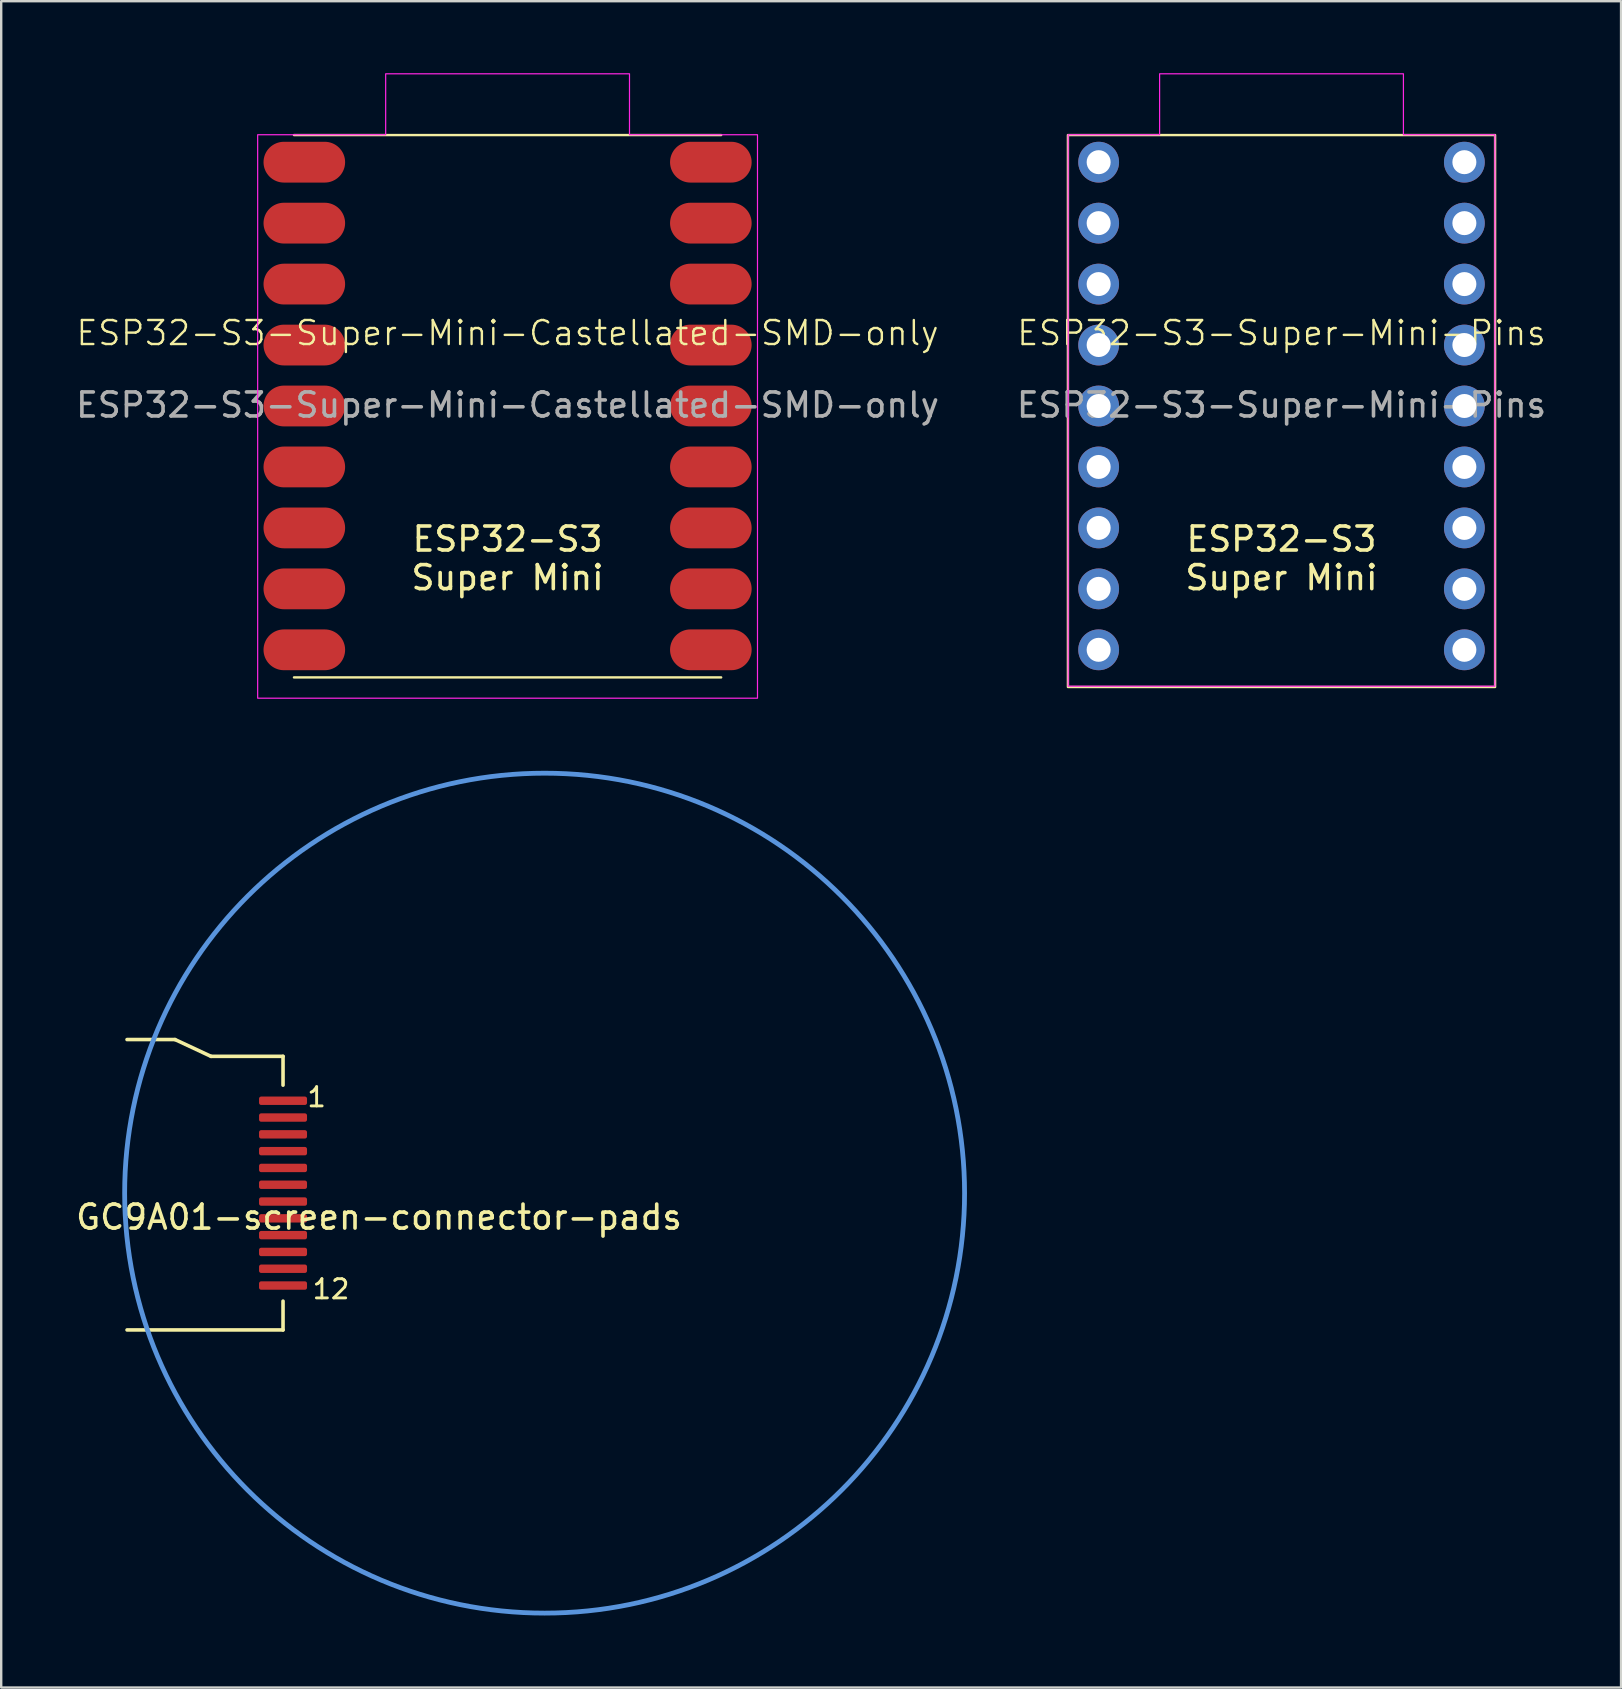
<source format=kicad_pcb>
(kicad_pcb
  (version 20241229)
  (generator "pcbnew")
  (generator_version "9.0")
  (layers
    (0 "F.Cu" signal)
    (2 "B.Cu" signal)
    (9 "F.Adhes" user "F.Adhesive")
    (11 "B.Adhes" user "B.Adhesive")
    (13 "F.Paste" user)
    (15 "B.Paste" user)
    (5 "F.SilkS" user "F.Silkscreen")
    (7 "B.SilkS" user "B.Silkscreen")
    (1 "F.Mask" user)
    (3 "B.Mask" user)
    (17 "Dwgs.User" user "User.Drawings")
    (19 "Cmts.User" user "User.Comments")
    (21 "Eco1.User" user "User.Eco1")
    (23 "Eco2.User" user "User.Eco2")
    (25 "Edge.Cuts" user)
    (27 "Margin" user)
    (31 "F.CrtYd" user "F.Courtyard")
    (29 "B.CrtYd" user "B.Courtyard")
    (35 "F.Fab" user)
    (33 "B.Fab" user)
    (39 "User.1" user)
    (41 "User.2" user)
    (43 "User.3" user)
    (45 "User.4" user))
  (footprint "GC9A01-screen-connector-pads"
    (layer "F.Cu")
    (at 8.744 46.669)
    (property "Reference" "GC9A01-screen-connector-pads" (at 4 1 0) (layer "F.SilkS") (effects (font (size 1 1) (thickness 0.15))))
    (attr smd)
    (fp_line (start -6.5 5.7) (end 0 5.7) (stroke (width 0.15) (type solid)) (layer "F.SilkS"))
    (fp_line (start -4.5 -6.4) (end -6.5 -6.4) (stroke (width 0.15) (type solid)) (layer "F.SilkS"))
    (fp_line (start -3 -5.7) (end -4.5 -6.4) (stroke (width 0.15) (type solid)) (layer "F.SilkS"))
    (fp_line (start -3 -5.7) (end 0 -5.7) (stroke (width 0.15) (type solid)) (layer "F.SilkS"))
    (fp_line (start 0 -4.5) (end 0 -5.7) (stroke (width 0.15) (type solid)) (layer "F.SilkS"))
    (fp_line (start 0 4.5) (end 0 5.7) (stroke (width 0.15) (type solid)) (layer "F.SilkS"))
    (fp_circle (center 10.9 0) (end 28.4 0) (stroke (width 0.2) (type solid)) (fill no) (layer "Cmts.User"))
    (fp_text user "1" (at 1.4 -4 0) (layer "F.SilkS") (effects (font (size 0.8 0.8) (thickness 0.12))))
    (fp_text user "12" (at 2 4 0) (layer "F.SilkS") (effects (font (size 0.8 0.8) (thickness 0.12))))
    (pad "1" smd roundrect (at 0 -3.85) (size 2 0.35) (layers "F.Cu" "F.Mask" "F.Paste") (roundrect_rratio 0.25))
    (pad "2" smd roundrect (at 0 -3.15) (size 2 0.35) (layers "F.Cu" "F.Mask" "F.Paste") (roundrect_rratio 0.25))
    (pad "3" smd roundrect (at 0 -2.45) (size 2 0.35) (layers "F.Cu" "F.Mask" "F.Paste") (roundrect_rratio 0.25))
    (pad "4" smd roundrect (at 0 -1.75) (size 2 0.35) (layers "F.Cu" "F.Mask" "F.Paste") (roundrect_rratio 0.25))
    (pad "5" smd roundrect (at 0 -1.05) (size 2 0.35) (layers "F.Cu" "F.Mask" "F.Paste") (roundrect_rratio 0.25))
    (pad "6" smd roundrect (at 0 -0.35) (size 2 0.35) (layers "F.Cu" "F.Mask" "F.Paste") (roundrect_rratio 0.25))
    (pad "7" smd roundrect (at 0 0.35) (size 2 0.35) (layers "F.Cu" "F.Mask" "F.Paste") (roundrect_rratio 0.25))
    (pad "8" smd roundrect (at 0 1.05) (size 2 0.35) (layers "F.Cu" "F.Mask" "F.Paste") (roundrect_rratio 0.25))
    (pad "9" smd roundrect (at 0 1.75) (size 2 0.35) (layers "F.Cu" "F.Mask" "F.Paste") (roundrect_rratio 0.25))
    (pad "10" smd roundrect (at 0 2.45) (size 2 0.35) (layers "F.Cu" "F.Mask" "F.Paste") (roundrect_rratio 0.25))
    (pad "11" smd roundrect (at 0 3.15) (size 2 0.35) (layers "F.Cu" "F.Mask" "F.Paste") (roundrect_rratio 0.25))
    (pad "12" smd roundrect (at 0 3.85) (size 2 0.35) (layers "F.Cu" "F.Mask" "F.Paste") (roundrect_rratio 0.25)))
  (footprint "ESP32-S3-Super-Mini-Castellated-SMD-only"
    (layer "F.Cu")
    (at 18.101 11.328)
    (property "Reference" "ESP32-S3-Super-Mini-Castellated-SMD-only" (at 0 -0.5 0) (unlocked yes) (layer "F.SilkS") (effects (font (size 1 1) (thickness 0.1))))
    (attr smd)
    (fp_line (start -8.9 -8.75) (end 8.9 -8.75) (stroke (width 0.1) (type default)) (layer "F.SilkS"))
    (fp_line (start -8.9 13.85) (end 8.9 13.85) (stroke (width 0.1) (type default)) (layer "F.SilkS"))
    (fp_poly (pts (xy -10.414 -8.763) (xy -5.08 -8.763) (xy -5.08 -11.303) (xy 5.08 -11.303) (xy 5.08 -8.763) (xy 10.414 -8.763) (xy 10.414 14.716) (xy -10.414 14.716)) (stroke (width 0.05) (type solid)) (fill no) (layer "F.CrtYd"))
    (fp_text user "${REFERENCE}" (at 0 2.5 0) (unlocked yes) (layer "F.Fab") (effects (font (size 1 1) (thickness 0.15))))
    (fp_text_box "ESP32-S3\nSuper Mini" (start -4.875 6.75) (end 4.875 9.75) (margins 0.75 0.75 0.75 0.75) (layer "F.SilkS") (effects (font (size 1 1) (thickness 0.15)) (justify top)) (border no) (stroke (width 0) (type solid)))
    (pad "1" smd oval (at -7.62 -2.54 180) (size 3.4 1.7) (drill (offset 0.85 0)) (layers "F.Cu" "F.Mask"))
    (pad "2" smd oval (at -7.62 0 180) (size 3.4 1.7) (drill (offset 0.85 0)) (layers "F.Cu" "F.Mask"))
    (pad "3" smd oval (at -7.62 2.54 180) (size 3.4 1.7) (drill (offset 0.85 0)) (layers "F.Cu" "F.Mask"))
    (pad "3V3" smd oval (at 7.62 -2.54 180) (size 3.4 1.7) (drill (offset -0.85 0)) (layers "F.Cu" "F.Mask"))
    (pad "4" smd oval (at -7.62 5.08 180) (size 3.4 1.7) (drill (offset 0.85 0)) (layers "F.Cu" "F.Mask"))
    (pad "5" smd oval (at -7.62 7.62 180) (size 3.4 1.7) (drill (offset 0.85 0)) (layers "F.Cu" "F.Mask"))
    (pad "5V" smd oval (at 7.62 -7.62 180) (size 3.4 1.7) (drill (offset -0.85 0)) (layers "F.Cu" "F.Mask"))
    (pad "6" smd oval (at -7.62 10.16 180) (size 3.4 1.7) (drill (offset 0.85 0)) (layers "F.Cu" "F.Mask"))
    (pad "7" smd oval (at -7.62 12.7 180) (size 3.4 1.7) (drill (offset 0.85 0)) (layers "F.Cu" "F.Mask"))
    (pad "8" smd oval (at 7.62 12.7 180) (size 3.4 1.7) (drill (offset -0.85 0)) (layers "F.Cu" "F.Mask"))
    (pad "9" smd oval (at 7.62 10.16 180) (size 3.4 1.7) (drill (offset -0.85 0)) (layers "F.Cu" "F.Mask"))
    (pad "10" smd oval (at 7.62 7.62 180) (size 3.4 1.7) (drill (offset -0.85 0)) (layers "F.Cu" "F.Mask"))
    (pad "11" smd oval (at 7.62 5.08 180) (size 3.4 1.7) (drill (offset -0.85 0)) (layers "F.Cu" "F.Mask"))
    (pad "12" smd oval (at 7.62 2.54 180) (size 3.4 1.7) (drill (offset -0.85 0)) (layers "F.Cu" "F.Mask"))
    (pad "13" smd oval (at 7.62 0 180) (size 3.4 1.7) (drill (offset -0.85 0)) (layers "F.Cu" "F.Mask"))
    (pad "G" smd oval (at 7.62 -5.08 180) (size 3.4 1.7) (drill (offset -0.85 0)) (layers "F.Cu" "F.Mask"))
    (pad "RX" smd oval (at -7.62 -5.08 180) (size 3.4 1.7) (drill (offset 0.85 0)) (layers "F.Cu" "F.Mask"))
    (pad "TX" smd oval (at -7.62 -7.62 180) (size 3.4 1.7) (drill (offset 0.85 0)) (layers "F.Cu" "F.Mask"))
    (zone (net_name "") (layers "F.Cu" "F.SilkS" "F.CrtYd") (hatch full 0.5) (connect_pads) (min_thickness 0.25) (filled_areas_thickness no) (keepout (tracks allowed) (vias not_allowed) (pads not_allowed) (copperpour allowed) (footprints not_allowed)) (placement (enabled no)) (fill) (polygon (pts (xy 11.851 2.578) (xy 14.351 2.578) (xy 14.351 5.078) (xy 11.851 5.078))))
    (zone (net_name "") (layers "F.Cu" "F.SilkS" "F.CrtYd") (hatch full 0.5) (connect_pads) (min_thickness 0.25) (filled_areas_thickness no) (keepout (tracks allowed) (vias not_allowed) (pads not_allowed) (copperpour allowed) (footprints not_allowed)) (placement (enabled no)) (fill) (polygon (pts (xy 14.351 8.828) (xy 11.851 8.828) (xy 11.851 6.078) (xy 14.351 6.078))))
    (zone (net_name "") (layers "F.Cu" "F.SilkS" "F.CrtYd") (hatch full 0.5) (connect_pads) (min_thickness 0.25) (filled_areas_thickness no) (keepout (tracks allowed) (vias not_allowed) (pads not_allowed) (copperpour allowed) (footprints not_allowed)) (placement (enabled no)) (fill) (polygon (pts (xy 21.851 2.578) (xy 24.351 2.578) (xy 24.351 5.078) (xy 21.851 5.078))))
    (zone (net_name "") (layers "F.Cu" "F.SilkS" "F.CrtYd") (hatch full 0.5) (connect_pads) (min_thickness 0.25) (filled_areas_thickness no) (keepout (tracks allowed) (vias not_allowed) (pads not_allowed) (copperpour allowed) (footprints not_allowed)) (placement (enabled no)) (fill) (polygon (pts (xy 24.351 8.828) (xy 21.851 8.828) (xy 21.851 6.078) (xy 24.351 6.078)))))
  (footprint "ESP32-S3-Super-Mini-Pins"
    (layer "F.Cu")
    (at 50.351 11.328)
    (property "Reference" "ESP32-S3-Super-Mini-Pins" (at 0 -0.5 0) (unlocked yes) (layer "F.SilkS") (effects (font (size 1 1) (thickness 0.1))))
    (attr through_hole)
    (fp_rect (start -8.9 -8.75) (end 8.9 14.25) (stroke (width 0.1) (type default)) (fill no) (layer "F.SilkS"))
    (fp_poly (pts (xy -8.89 -8.763) (xy -5.08 -8.763) (xy -5.08 -11.303) (xy 5.08 -11.303) (xy 5.08 -8.763) (xy 8.89 -8.763) (xy 8.89 14.216) (xy -8.89 14.216)) (stroke (width 0.05) (type solid)) (fill no) (layer "F.CrtYd"))
    (fp_text user "${REFERENCE}" (at 0 2.5 0) (unlocked yes) (layer "F.Fab") (effects (font (size 1 1) (thickness 0.15))))
    (fp_text_box "ESP32-S3\nSuper Mini" (start -4.875 6.75) (end 4.875 9.75) (margins 0.75 0.75 0.75 0.75) (layer "F.SilkS") (effects (font (size 1 1) (thickness 0.15)) (justify top)) (border no) (stroke (width 0) (type solid)))
    (pad "1" thru_hole circle (at -7.62 -2.54) (size 1.7 1.7) (drill 1) (layers "*.Cu" "*.Mask"))
    (pad "2" thru_hole circle (at -7.62 0) (size 1.7 1.7) (drill 1) (layers "*.Cu" "*.Mask"))
    (pad "3" thru_hole circle (at -7.62 2.54) (size 1.7 1.7) (drill 1) (layers "*.Cu" "*.Mask"))
    (pad "3V3" thru_hole circle (at 7.62 -2.54) (size 1.7 1.7) (drill 1) (layers "*.Cu" "*.Mask"))
    (pad "4" thru_hole circle (at -7.62 5.08) (size 1.7 1.7) (drill 1) (layers "*.Cu" "*.Mask"))
    (pad "5" thru_hole circle (at -7.62 7.62) (size 1.7 1.7) (drill 1) (layers "*.Cu" "*.Mask"))
    (pad "5V" thru_hole circle (at 7.62 -7.62) (size 1.7 1.7) (drill 1) (layers "*.Cu" "*.Mask"))
    (pad "6" thru_hole circle (at -7.62 10.16) (size 1.7 1.7) (drill 1) (layers "*.Cu" "*.Mask"))
    (pad "7" thru_hole circle (at -7.62 12.7) (size 1.7 1.7) (drill 1) (layers "*.Cu" "*.Mask"))
    (pad "8" thru_hole circle (at 7.62 12.7) (size 1.7 1.7) (drill 1) (layers "*.Cu" "*.Mask"))
    (pad "9" thru_hole circle (at 7.62 10.16) (size 1.7 1.7) (drill 1) (layers "*.Cu" "*.Mask"))
    (pad "10" thru_hole circle (at 7.62 7.62) (size 1.7 1.7) (drill 1) (layers "*.Cu" "*.Mask"))
    (pad "12" thru_hole circle (at 7.62 2.54) (size 1.7 1.7) (drill 1) (layers "*.Cu" "*.Mask"))
    (pad "13" thru_hole circle (at 7.62 0) (size 1.7 1.7) (drill 1) (layers "*.Cu" "*.Mask"))
    (pad "211" thru_hole circle (at 7.62 5.08) (size 1.7 1.7) (drill 1) (layers "*.Cu" "*.Mask"))
    (pad "G" thru_hole circle (at 7.62 -5.08) (size 1.7 1.7) (drill 1) (layers "*.Cu" "*.Mask"))
    (pad "RX" thru_hole circle (at -7.62 -5.08) (size 1.7 1.7) (drill 1) (layers "*.Cu" "*.Mask"))
    (pad "TX" thru_hole circle (at -7.62 -7.62) (size 1.7 1.7) (drill 1) (layers "*.Cu" "*.Mask")))
  (gr_rect
    (start -3 -3)
    (end 64.5 67.269)
    (stroke (width 0.1) (type default))
    (fill no)
    (layer "Edge.Cuts")))
</source>
